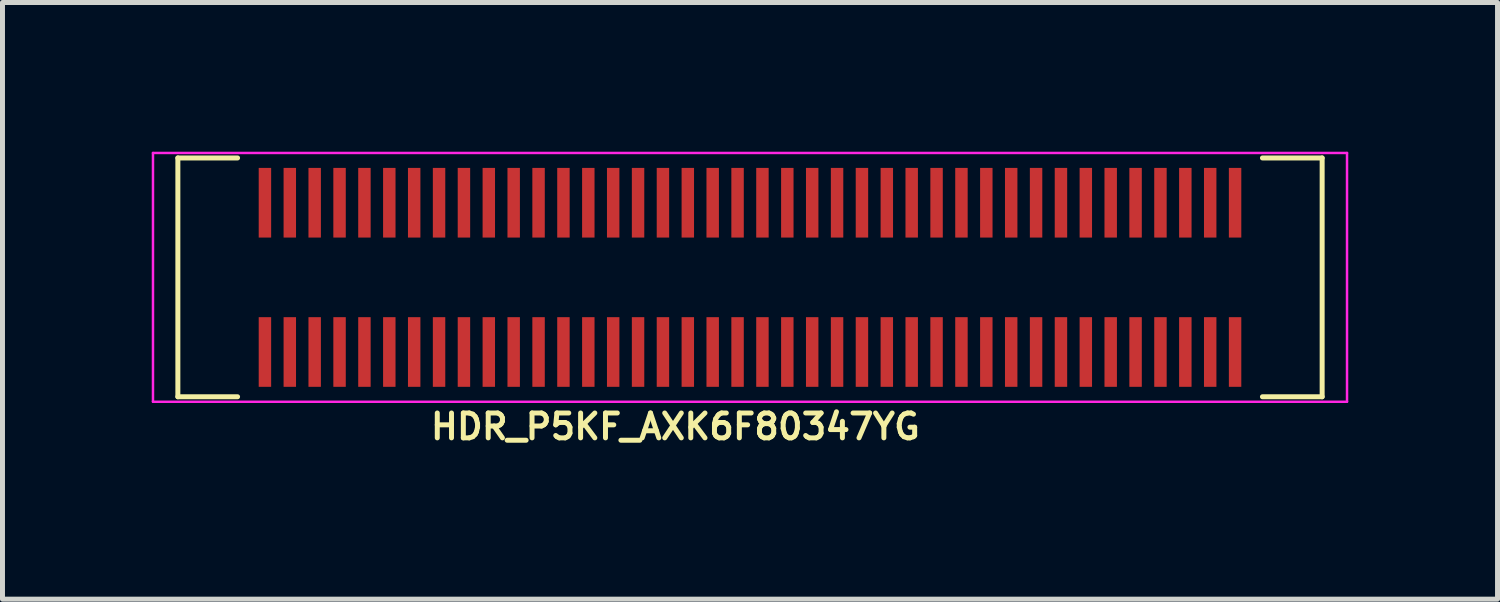
<source format=kicad_pcb>
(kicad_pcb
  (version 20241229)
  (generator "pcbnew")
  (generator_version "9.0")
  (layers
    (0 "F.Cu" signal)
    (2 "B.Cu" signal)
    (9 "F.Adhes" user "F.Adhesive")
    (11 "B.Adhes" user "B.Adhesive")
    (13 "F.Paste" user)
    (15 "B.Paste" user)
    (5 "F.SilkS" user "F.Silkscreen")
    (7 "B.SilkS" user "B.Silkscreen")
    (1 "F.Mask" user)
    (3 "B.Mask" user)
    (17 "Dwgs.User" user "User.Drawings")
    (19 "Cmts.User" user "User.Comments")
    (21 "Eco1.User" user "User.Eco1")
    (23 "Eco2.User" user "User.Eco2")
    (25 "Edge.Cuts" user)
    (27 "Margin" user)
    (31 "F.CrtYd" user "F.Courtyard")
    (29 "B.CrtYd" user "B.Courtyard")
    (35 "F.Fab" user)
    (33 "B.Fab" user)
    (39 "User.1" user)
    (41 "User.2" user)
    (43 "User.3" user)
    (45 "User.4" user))
  (footprint "HDR_P5KF_AXK6F80347YG"
    (layer "F.Cu")
    (at 12.025 2.525)
    (property "Reference" "HDR_P5KF_AXK6F80347YG" (at -1.5 3 0) (layer "F.SilkS") (effects (font (size 0.5 0.5) (thickness 0.1))))
    (attr through_hole)
    (fp_line (start -11.5 -2.4) (end -11.5 2.4) (stroke (width 0.1) (type solid)) (layer "F.SilkS"))
    (fp_line (start -11.5 -2.4) (end -10.3 -2.4) (stroke (width 0.1) (type solid)) (layer "F.SilkS"))
    (fp_line (start -11.5 2.4) (end -10.3 2.4) (stroke (width 0.1) (type solid)) (layer "F.SilkS"))
    (fp_line (start 11.5 -2.4) (end 10.3 -2.4) (stroke (width 0.1) (type solid)) (layer "F.SilkS"))
    (fp_line (start 11.5 -2.4) (end 11.5 2.4) (stroke (width 0.1) (type solid)) (layer "F.SilkS"))
    (fp_line (start 11.5 2.4) (end 10.3 2.4) (stroke (width 0.1) (type solid)) (layer "F.SilkS"))
    (fp_line (start -12 -2.5) (end 12 -2.5) (stroke (width 0.05) (type solid)) (layer "F.CrtYd"))
    (fp_line (start -12 2.5) (end -12 -2.5) (stroke (width 0.05) (type solid)) (layer "F.CrtYd"))
    (fp_line (start 12 -2.5) (end 12 2.5) (stroke (width 0.05) (type solid)) (layer "F.CrtYd"))
    (fp_line (start 12 2.5) (end -12 2.5) (stroke (width 0.05) (type solid)) (layer "F.CrtYd"))
    (pad "1" smd rect (at 9.75 1.5 180) (size 0.25 1.4) (layers "F.Cu" "F.Mask" "F.Paste"))
    (pad "2" smd rect (at 9.75 -1.5 180) (size 0.25 1.4) (layers "F.Cu" "F.Mask" "F.Paste"))
    (pad "3" smd rect (at 9.25 1.5 180) (size 0.25 1.4) (layers "F.Cu" "F.Mask" "F.Paste"))
    (pad "4" smd rect (at 9.25 -1.5 180) (size 0.25 1.4) (layers "F.Cu" "F.Mask" "F.Paste"))
    (pad "5" smd rect (at 8.75 1.5 180) (size 0.25 1.4) (layers "F.Cu" "F.Mask" "F.Paste"))
    (pad "6" smd rect (at 8.75 -1.5 180) (size 0.25 1.4) (layers "F.Cu" "F.Mask" "F.Paste"))
    (pad "7" smd rect (at 8.25 1.5 180) (size 0.25 1.4) (layers "F.Cu" "F.Mask" "F.Paste"))
    (pad "8" smd rect (at 8.25 -1.5 180) (size 0.25 1.4) (layers "F.Cu" "F.Mask" "F.Paste"))
    (pad "9" smd rect (at 7.75 1.5 180) (size 0.25 1.4) (layers "F.Cu" "F.Mask" "F.Paste"))
    (pad "10" smd rect (at 7.75 -1.5 180) (size 0.25 1.4) (layers "F.Cu" "F.Mask" "F.Paste"))
    (pad "11" smd rect (at 7.25 1.5 180) (size 0.25 1.4) (layers "F.Cu" "F.Mask" "F.Paste"))
    (pad "12" smd rect (at 7.25 -1.5 180) (size 0.25 1.4) (layers "F.Cu" "F.Mask" "F.Paste"))
    (pad "13" smd rect (at 6.75 1.5 180) (size 0.25 1.4) (layers "F.Cu" "F.Mask" "F.Paste"))
    (pad "14" smd rect (at 6.75 -1.5 180) (size 0.25 1.4) (layers "F.Cu" "F.Mask" "F.Paste"))
    (pad "15" smd rect (at 6.25 1.5 180) (size 0.25 1.4) (layers "F.Cu" "F.Mask" "F.Paste"))
    (pad "16" smd rect (at 6.25 -1.5 180) (size 0.25 1.4) (layers "F.Cu" "F.Mask" "F.Paste"))
    (pad "17" smd rect (at 5.75 1.5 180) (size 0.25 1.4) (layers "F.Cu" "F.Mask" "F.Paste"))
    (pad "18" smd rect (at 5.75 -1.5 180) (size 0.25 1.4) (layers "F.Cu" "F.Mask" "F.Paste"))
    (pad "19" smd rect (at 5.25 1.5 180) (size 0.25 1.4) (layers "F.Cu" "F.Mask" "F.Paste"))
    (pad "20" smd rect (at 5.25 -1.5 180) (size 0.25 1.4) (layers "F.Cu" "F.Mask" "F.Paste"))
    (pad "21" smd rect (at 4.75 1.5 180) (size 0.25 1.4) (layers "F.Cu" "F.Mask" "F.Paste"))
    (pad "22" smd rect (at 4.75 -1.5 180) (size 0.25 1.4) (layers "F.Cu" "F.Mask" "F.Paste"))
    (pad "23" smd rect (at 4.25 1.5 180) (size 0.25 1.4) (layers "F.Cu" "F.Mask" "F.Paste"))
    (pad "24" smd rect (at 4.25 -1.5 180) (size 0.25 1.4) (layers "F.Cu" "F.Mask" "F.Paste"))
    (pad "25" smd rect (at 3.75 1.5 180) (size 0.25 1.4) (layers "F.Cu" "F.Mask" "F.Paste"))
    (pad "26" smd rect (at 3.75 -1.5 180) (size 0.25 1.4) (layers "F.Cu" "F.Mask" "F.Paste"))
    (pad "27" smd rect (at 3.25 1.5 180) (size 0.25 1.4) (layers "F.Cu" "F.Mask" "F.Paste"))
    (pad "28" smd rect (at 3.25 -1.5 180) (size 0.25 1.4) (layers "F.Cu" "F.Mask" "F.Paste"))
    (pad "29" smd rect (at 2.75 1.5 180) (size 0.25 1.4) (layers "F.Cu" "F.Mask" "F.Paste"))
    (pad "30" smd rect (at 2.75 -1.5 180) (size 0.25 1.4) (layers "F.Cu" "F.Mask" "F.Paste"))
    (pad "31" smd rect (at 2.25 1.5 180) (size 0.25 1.4) (layers "F.Cu" "F.Mask" "F.Paste"))
    (pad "32" smd rect (at 2.25 -1.5 180) (size 0.25 1.4) (layers "F.Cu" "F.Mask" "F.Paste"))
    (pad "33" smd rect (at 1.75 1.5 180) (size 0.25 1.4) (layers "F.Cu" "F.Mask" "F.Paste"))
    (pad "34" smd rect (at 1.75 -1.5 180) (size 0.25 1.4) (layers "F.Cu" "F.Mask" "F.Paste"))
    (pad "35" smd rect (at 1.25 1.5 180) (size 0.25 1.4) (layers "F.Cu" "F.Mask" "F.Paste"))
    (pad "36" smd rect (at 1.25 -1.5 180) (size 0.25 1.4) (layers "F.Cu" "F.Mask" "F.Paste"))
    (pad "37" smd rect (at 0.75 1.5 180) (size 0.25 1.4) (layers "F.Cu" "F.Mask" "F.Paste"))
    (pad "38" smd rect (at 0.75 -1.5 180) (size 0.25 1.4) (layers "F.Cu" "F.Mask" "F.Paste"))
    (pad "39" smd rect (at 0.25 1.5 180) (size 0.25 1.4) (layers "F.Cu" "F.Mask" "F.Paste"))
    (pad "40" smd rect (at 0.25 -1.5 180) (size 0.25 1.4) (layers "F.Cu" "F.Mask" "F.Paste"))
    (pad "41" smd rect (at -0.25 1.5 180) (size 0.25 1.4) (layers "F.Cu" "F.Mask" "F.Paste"))
    (pad "42" smd rect (at -0.25 -1.5 180) (size 0.25 1.4) (layers "F.Cu" "F.Mask" "F.Paste"))
    (pad "43" smd rect (at -0.75 1.5 180) (size 0.25 1.4) (layers "F.Cu" "F.Mask" "F.Paste"))
    (pad "44" smd rect (at -0.75 -1.5 180) (size 0.25 1.4) (layers "F.Cu" "F.Mask" "F.Paste"))
    (pad "45" smd rect (at -1.25 1.5 180) (size 0.25 1.4) (layers "F.Cu" "F.Mask" "F.Paste"))
    (pad "46" smd rect (at -1.25 -1.5 180) (size 0.25 1.4) (layers "F.Cu" "F.Mask" "F.Paste"))
    (pad "47" smd rect (at -1.75 1.5 180) (size 0.25 1.4) (layers "F.Cu" "F.Mask" "F.Paste"))
    (pad "48" smd rect (at -1.75 -1.5 180) (size 0.25 1.4) (layers "F.Cu" "F.Mask" "F.Paste"))
    (pad "49" smd rect (at -2.25 1.5 180) (size 0.25 1.4) (layers "F.Cu" "F.Mask" "F.Paste"))
    (pad "50" smd rect (at -2.25 -1.5 180) (size 0.25 1.4) (layers "F.Cu" "F.Mask" "F.Paste"))
    (pad "51" smd rect (at -2.75 1.5 180) (size 0.25 1.4) (layers "F.Cu" "F.Mask" "F.Paste"))
    (pad "52" smd rect (at -2.75 -1.5 180) (size 0.25 1.4) (layers "F.Cu" "F.Mask" "F.Paste"))
    (pad "53" smd rect (at -3.25 1.5 180) (size 0.25 1.4) (layers "F.Cu" "F.Mask" "F.Paste"))
    (pad "54" smd rect (at -3.25 -1.5 180) (size 0.25 1.4) (layers "F.Cu" "F.Mask" "F.Paste"))
    (pad "55" smd rect (at -3.75 1.5 180) (size 0.25 1.4) (layers "F.Cu" "F.Mask" "F.Paste"))
    (pad "56" smd rect (at -3.75 -1.5 180) (size 0.25 1.4) (layers "F.Cu" "F.Mask" "F.Paste"))
    (pad "57" smd rect (at -4.25 1.5 180) (size 0.25 1.4) (layers "F.Cu" "F.Mask" "F.Paste"))
    (pad "58" smd rect (at -4.25 -1.5 180) (size 0.25 1.4) (layers "F.Cu" "F.Mask" "F.Paste"))
    (pad "59" smd rect (at -4.75 1.5 180) (size 0.25 1.4) (layers "F.Cu" "F.Mask" "F.Paste"))
    (pad "60" smd rect (at -4.75 -1.5 180) (size 0.25 1.4) (layers "F.Cu" "F.Mask" "F.Paste"))
    (pad "61" smd rect (at -5.25 1.5 180) (size 0.25 1.4) (layers "F.Cu" "F.Mask" "F.Paste"))
    (pad "62" smd rect (at -5.25 -1.5 180) (size 0.25 1.4) (layers "F.Cu" "F.Mask" "F.Paste"))
    (pad "63" smd rect (at -5.75 1.5 180) (size 0.25 1.4) (layers "F.Cu" "F.Mask" "F.Paste"))
    (pad "64" smd rect (at -5.75 -1.5 180) (size 0.25 1.4) (layers "F.Cu" "F.Mask" "F.Paste"))
    (pad "65" smd rect (at -6.25 1.5 180) (size 0.25 1.4) (layers "F.Cu" "F.Mask" "F.Paste"))
    (pad "66" smd rect (at -6.25 -1.5 180) (size 0.25 1.4) (layers "F.Cu" "F.Mask" "F.Paste"))
    (pad "67" smd rect (at -6.75 1.5 180) (size 0.25 1.4) (layers "F.Cu" "F.Mask" "F.Paste"))
    (pad "68" smd rect (at -6.75 -1.5 180) (size 0.25 1.4) (layers "F.Cu" "F.Mask" "F.Paste"))
    (pad "69" smd rect (at -7.25 1.5 180) (size 0.25 1.4) (layers "F.Cu" "F.Mask" "F.Paste"))
    (pad "70" smd rect (at -7.25 -1.5 180) (size 0.25 1.4) (layers "F.Cu" "F.Mask" "F.Paste"))
    (pad "71" smd rect (at -7.75 1.5 180) (size 0.25 1.4) (layers "F.Cu" "F.Mask" "F.Paste"))
    (pad "72" smd rect (at -7.75 -1.5 180) (size 0.25 1.4) (layers "F.Cu" "F.Mask" "F.Paste"))
    (pad "73" smd rect (at -8.25 1.5 180) (size 0.25 1.4) (layers "F.Cu" "F.Mask" "F.Paste"))
    (pad "74" smd rect (at -8.25 -1.5 180) (size 0.25 1.4) (layers "F.Cu" "F.Mask" "F.Paste"))
    (pad "75" smd rect (at -8.75 1.5 180) (size 0.25 1.4) (layers "F.Cu" "F.Mask" "F.Paste"))
    (pad "76" smd rect (at -8.75 -1.5 180) (size 0.25 1.4) (layers "F.Cu" "F.Mask" "F.Paste"))
    (pad "77" smd rect (at -9.25 1.5 180) (size 0.25 1.4) (layers "F.Cu" "F.Mask" "F.Paste"))
    (pad "78" smd rect (at -9.25 -1.5 180) (size 0.25 1.4) (layers "F.Cu" "F.Mask" "F.Paste"))
    (pad "79" smd rect (at -9.75 1.5 180) (size 0.25 1.4) (layers "F.Cu" "F.Mask" "F.Paste"))
    (pad "80" smd rect (at -9.75 -1.5 180) (size 0.25 1.4) (layers "F.Cu" "F.Mask" "F.Paste")))
  (gr_rect
    (start -3 -3)
    (end 27.05 8.993)
    (stroke (width 0.1) (type default))
    (fill no)
    (layer "Edge.Cuts")))
</source>
